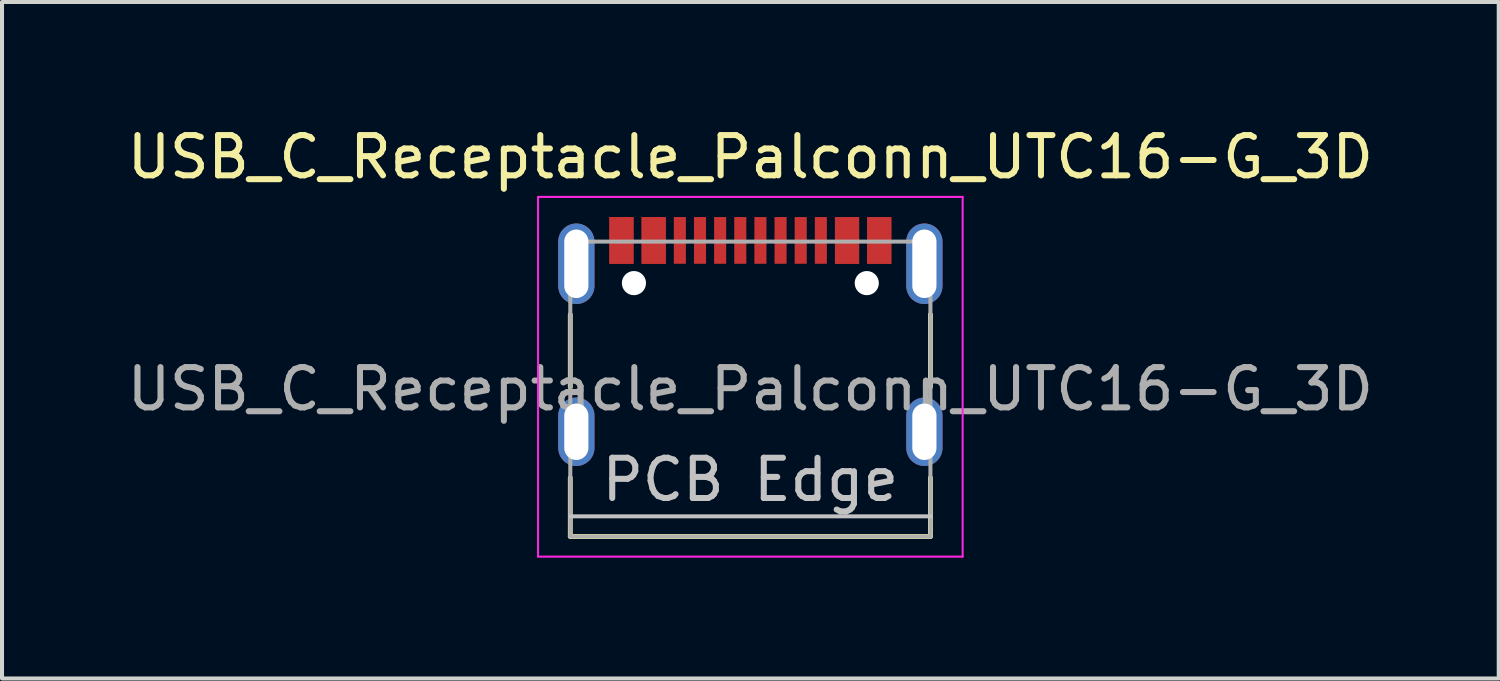
<source format=kicad_pcb>
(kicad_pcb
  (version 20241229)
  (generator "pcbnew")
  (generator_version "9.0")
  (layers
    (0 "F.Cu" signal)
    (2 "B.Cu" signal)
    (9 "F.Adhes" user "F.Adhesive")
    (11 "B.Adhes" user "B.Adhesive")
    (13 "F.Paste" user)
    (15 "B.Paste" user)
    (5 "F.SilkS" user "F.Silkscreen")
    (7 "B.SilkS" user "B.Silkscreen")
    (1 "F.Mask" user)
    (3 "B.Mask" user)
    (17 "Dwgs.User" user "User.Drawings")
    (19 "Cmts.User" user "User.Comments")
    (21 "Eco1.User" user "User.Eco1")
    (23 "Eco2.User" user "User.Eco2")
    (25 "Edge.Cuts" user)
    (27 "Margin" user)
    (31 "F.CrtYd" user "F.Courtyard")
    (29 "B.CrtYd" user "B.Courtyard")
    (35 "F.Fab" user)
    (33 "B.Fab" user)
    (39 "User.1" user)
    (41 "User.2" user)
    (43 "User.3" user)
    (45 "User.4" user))
  (footprint "USB_C_Receptacle_Palconn_UTC16-G_3D"
    (layer "F.Cu")
    (at 15.577 5.428)
    (property "Reference" "USB_C_Receptacle_Palconn_UTC16-G_3D" (at 0 -4.58 0) (layer "F.SilkS") (effects (font (size 1 1) (thickness 0.15))))
    (attr smd)
    (fp_line (start -4.47 -0.67) (end -4.47 1.13) (stroke (width 0.12) (type solid)) (layer "F.SilkS"))
    (fp_line (start -4.47 4.84) (end -4.47 3.38) (stroke (width 0.12) (type solid)) (layer "F.SilkS"))
    (fp_line (start 4.47 -0.67) (end 4.47 1.13) (stroke (width 0.12) (type solid)) (layer "F.SilkS"))
    (fp_line (start 4.47 4.84) (end -4.47 4.84) (stroke (width 0.12) (type solid)) (layer "F.SilkS"))
    (fp_line (start 4.47 4.84) (end 4.47 3.38) (stroke (width 0.12) (type solid)) (layer "F.SilkS"))
    (fp_line (start -4.47 4.34) (end 4.47 4.34) (stroke (width 0.1) (type solid)) (layer "Dwgs.User"))
    (fp_line (start -5.27 -3.59) (end -5.27 5.34) (stroke (width 0.05) (type solid)) (layer "F.CrtYd"))
    (fp_line (start -5.27 5.34) (end 5.27 5.34) (stroke (width 0.05) (type solid)) (layer "F.CrtYd"))
    (fp_line (start 5.27 -3.59) (end -5.27 -3.59) (stroke (width 0.05) (type solid)) (layer "F.CrtYd"))
    (fp_line (start 5.27 5.34) (end 5.27 -3.59) (stroke (width 0.05) (type solid)) (layer "F.CrtYd"))
    (fp_line (start -4.47 -2.48) (end -4.47 4.84) (stroke (width 0.1) (type solid)) (layer "F.Fab"))
    (fp_line (start -4.47 -2.48) (end 4.47 -2.48) (stroke (width 0.1) (type solid)) (layer "F.Fab"))
    (fp_line (start 4.47 -2.48) (end 4.47 4.84) (stroke (width 0.1) (type solid)) (layer "F.Fab"))
    (fp_line (start 4.47 4.84) (end -4.47 4.84) (stroke (width 0.1) (type solid)) (layer "F.Fab"))
    (fp_text user "PCB Edge" (at 0 3.43 0) (layer "Dwgs.User") (effects (font (size 1 1) (thickness 0.15))))
    (fp_text user "${REFERENCE}" (at 0 1.18 0) (layer "F.Fab") (effects (font (size 1 1) (thickness 0.15))))
    (pad "" np_thru_hole circle (at -2.89 -1.45 180) (size 0.6 0.6) (drill 0.6) (layers "*.Cu" "*.Mask"))
    (pad "" np_thru_hole circle (at 2.89 -1.45 180) (size 0.6 0.6) (drill 0.6) (layers "*.Cu" "*.Mask"))
    (pad "A1" smd rect (at -3.2 -2.51) (size 0.6 1.16) (layers "F.Cu" "F.Mask" "F.Paste"))
    (pad "A4" smd rect (at -2.4 -2.51) (size 0.6 1.16) (layers "F.Cu" "F.Mask" "F.Paste"))
    (pad "A5" smd rect (at -1.25 -2.51 180) (size 0.3 1.16) (layers "F.Cu" "F.Mask" "F.Paste"))
    (pad "A6" smd rect (at -0.25 -2.51 180) (size 0.3 1.16) (layers "F.Cu" "F.Mask" "F.Paste"))
    (pad "A7" smd rect (at 0.25 -2.51 180) (size 0.3 1.16) (layers "F.Cu" "F.Mask" "F.Paste"))
    (pad "A8" smd rect (at 1.25 -2.51 180) (size 0.3 1.16) (layers "F.Cu" "F.Mask" "F.Paste"))
    (pad "A9" smd rect (at 2.4 -2.51) (size 0.6 1.16) (layers "F.Cu" "F.Mask" "F.Paste"))
    (pad "A12" smd rect (at 3.2 -2.51) (size 0.6 1.16) (layers "F.Cu" "F.Mask" "F.Paste"))
    (pad "B1" smd rect (at 3.2 -2.51) (size 0.6 1.16) (layers "F.Cu" "F.Mask" "F.Paste"))
    (pad "B4" smd rect (at 2.4 -2.51) (size 0.6 1.16) (layers "F.Cu" "F.Mask" "F.Paste"))
    (pad "B5" smd rect (at 1.75 -2.51 180) (size 0.3 1.16) (layers "F.Cu" "F.Mask" "F.Paste"))
    (pad "B6" smd rect (at 0.75 -2.51 180) (size 0.3 1.16) (layers "F.Cu" "F.Mask" "F.Paste"))
    (pad "B7" smd rect (at -0.75 -2.51 180) (size 0.3 1.16) (layers "F.Cu" "F.Mask" "F.Paste"))
    (pad "B8" smd rect (at -1.75 -2.51 180) (size 0.3 1.16) (layers "F.Cu" "F.Mask" "F.Paste"))
    (pad "B9" smd rect (at -2.4 -2.51) (size 0.6 1.16) (layers "F.Cu" "F.Mask" "F.Paste"))
    (pad "B12" smd rect (at -3.2 -2.51) (size 0.6 1.16) (layers "F.Cu" "F.Mask" "F.Paste"))
    (pad "S1" thru_hole oval (at -4.32 -1.93 90) (size 2 0.9) (drill oval 1.7 0.6) (layers "*.Cu" "*.Mask"))
    (pad "S1" thru_hole oval (at -4.32 2.24 90) (size 1.7 0.9) (drill oval 1.4 0.6) (layers "*.Cu" "*.Mask"))
    (pad "S1" thru_hole oval (at 4.32 -1.93 90) (size 2 0.9) (drill oval 1.7 0.6) (layers "*.Cu" "*.Mask"))
    (pad "S1" thru_hole oval (at 4.32 2.24 90) (size 1.7 0.9) (drill oval 1.4 0.6) (layers "*.Cu" "*.Mask")))
  (gr_rect
    (start -3 -3)
    (end 34.155 13.793)
    (stroke (width 0.1) (type default))
    (fill no)
    (layer "Edge.Cuts")))
</source>
